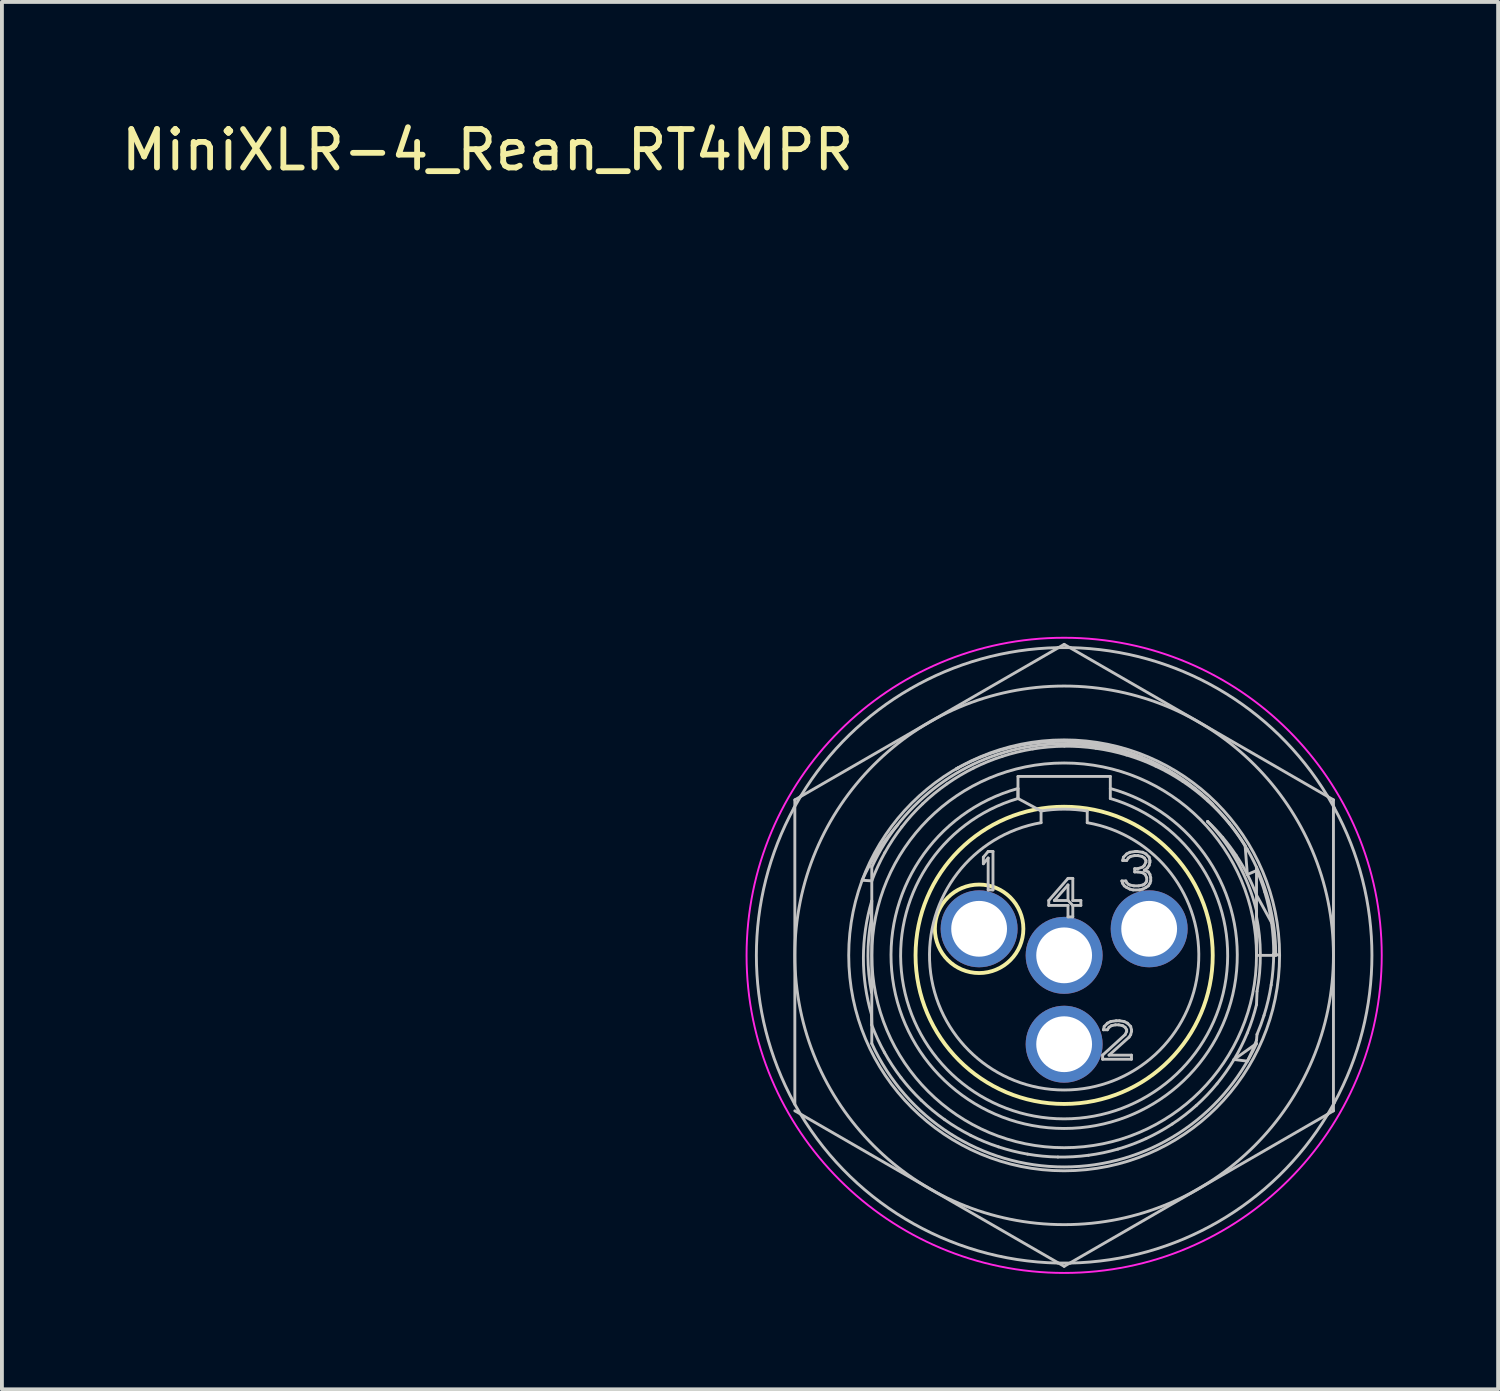
<source format=kicad_pcb>
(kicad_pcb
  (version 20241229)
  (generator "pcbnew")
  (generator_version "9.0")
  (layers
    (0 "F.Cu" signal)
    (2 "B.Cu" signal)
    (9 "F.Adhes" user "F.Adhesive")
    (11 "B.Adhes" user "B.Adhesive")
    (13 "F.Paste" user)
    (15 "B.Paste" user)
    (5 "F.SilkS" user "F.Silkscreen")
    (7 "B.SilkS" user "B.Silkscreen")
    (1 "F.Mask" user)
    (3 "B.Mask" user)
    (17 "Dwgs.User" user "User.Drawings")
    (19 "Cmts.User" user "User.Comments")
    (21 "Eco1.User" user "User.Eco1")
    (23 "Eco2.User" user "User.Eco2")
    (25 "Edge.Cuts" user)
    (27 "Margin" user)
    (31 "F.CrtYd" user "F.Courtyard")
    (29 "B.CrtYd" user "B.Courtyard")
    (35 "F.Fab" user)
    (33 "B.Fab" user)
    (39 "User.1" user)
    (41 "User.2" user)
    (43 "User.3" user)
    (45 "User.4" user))
  (footprint "MiniXLR-4_Rean_RT4MPR"
    (layer "F.Cu")
    (at 24.61 21.782)
    (property "Reference" "MiniXLR-4_Rean_RT4MPR" (at -14.985 -20.933 0) (layer "F.SilkS") (effects (font (size 1 1) (thickness 0.15))))
    (attr through_hole)
    (fp_circle (center -2.21 -0.69) (end -1.06 -0.69) (stroke (width 0.1) (type solid)) (fill no) (layer "F.SilkS"))
    (fp_circle (center 0 0) (end 0.635 -3.81) (stroke (width 0.1) (type solid)) (fill no) (layer "F.SilkS"))
    (fp_line (start -7 -4.041) (end -7 3.873) (stroke (width 0.075) (type default)) (layer "Dwgs.User"))
    (fp_line (start -7 4.041) (end 0.000207 8.083) (stroke (width 0.075) (type default)) (layer "Dwgs.User"))
    (fp_line (start -6.842 -4.145) (end -7.018 -3.84) (stroke (width 0.075) (type default)) (layer "Dwgs.User"))
    (fp_line (start -5.067 -2.326) (end -5.067 -2.326) (stroke (width 0.075) (type default)) (layer "Dwgs.User"))
    (fp_line (start -5.001 -1.415) (end -5.012 -0.94) (stroke (width 0.075) (type default)) (layer "Dwgs.User"))
    (fp_line (start -5 -1.936) (end -5.249 -1.952) (stroke (width 0.075) (type default)) (layer "Dwgs.User"))
    (fp_line (start -5 1.811) (end -5.007 1.542) (stroke (width 0.075) (type default)) (layer "Dwgs.User"))
    (fp_line (start -5 2.291) (end -5 -2.291) (stroke (width 0.075) (type default)) (layer "Dwgs.User"))
    (fp_line (start -2.799 -4.849) (end -2.799 -4.848) (stroke (width 0.075) (type default)) (layer "Dwgs.User"))
    (fp_line (start -2.1 -2.551) (end -2.1 -2.381) (stroke (width 0.075) (type default)) (layer "Dwgs.User"))
    (fp_line (start -2.1 -2.381) (end -1.975 -2.53) (stroke (width 0.075) (type default)) (layer "Dwgs.User"))
    (fp_line (start -1.975 -2.7) (end -2.1 -2.551) (stroke (width 0.075) (type default)) (layer "Dwgs.User"))
    (fp_line (start -1.975 -2.53) (end -1.975 -1.7) (stroke (width 0.075) (type default)) (layer "Dwgs.User"))
    (fp_line (start -1.975 -1.7) (end -1.85 -1.7) (stroke (width 0.075) (type default)) (layer "Dwgs.User"))
    (fp_line (start -1.85 -2.7) (end -1.975 -2.7) (stroke (width 0.075) (type default)) (layer "Dwgs.User"))
    (fp_line (start -1.85 -1.7) (end -1.85 -2.7) (stroke (width 0.075) (type default)) (layer "Dwgs.User"))
    (fp_line (start -1.2 -4.65) (end -1.2 -4.077) (stroke (width 0.075) (type default)) (layer "Dwgs.User"))
    (fp_line (start -1.2 -4.077) (end -1.2 -4.337) (stroke (width 0.075) (type default)) (layer "Dwgs.User"))
    (fp_line (start -0.6 -3.752) (end -1.2 -4.077) (stroke (width 0.075) (type default)) (layer "Dwgs.User"))
    (fp_line (start -0.6 -3.448) (end -0.6 -3.752) (stroke (width 0.075) (type default)) (layer "Dwgs.User"))
    (fp_line (start -0.4 -1.426) (end -0.4 -1.298) (stroke (width 0.075) (type default)) (layer "Dwgs.User"))
    (fp_line (start -0.4 -1.298) (end 0.1 -1.298) (stroke (width 0.075) (type default)) (layer "Dwgs.User"))
    (fp_line (start -0.254 -1.426) (end 0.1 -1.83) (stroke (width 0.075) (type default)) (layer "Dwgs.User"))
    (fp_line (start -0.165 7.998) (end 0.166 7.998) (stroke (width 0.075) (type default)) (layer "Dwgs.User"))
    (fp_line (start 0.000207 -8.083) (end -7 -4.041) (stroke (width 0.075) (type default)) (layer "Dwgs.User"))
    (fp_line (start 0.000207 8.083) (end 7 4.041) (stroke (width 0.075) (type default)) (layer "Dwgs.User"))
    (fp_line (start 0.1 -2) (end -0.4 -1.426) (stroke (width 0.075) (type default)) (layer "Dwgs.User"))
    (fp_line (start 0.1 -1.83) (end 0.1 -1.426) (stroke (width 0.075) (type default)) (layer "Dwgs.User"))
    (fp_line (start 0.1 -1.426) (end -0.254 -1.426) (stroke (width 0.075) (type default)) (layer "Dwgs.User"))
    (fp_line (start 0.1 -1.298) (end 0.1 -1) (stroke (width 0.075) (type default)) (layer "Dwgs.User"))
    (fp_line (start 0.1 -1) (end 0.225 -1) (stroke (width 0.075) (type default)) (layer "Dwgs.User"))
    (fp_line (start 0.166 -7.998) (end -0.165 -7.998) (stroke (width 0.075) (type default)) (layer "Dwgs.User"))
    (fp_line (start 0.225 -2) (end 0.1 -2) (stroke (width 0.075) (type default)) (layer "Dwgs.User"))
    (fp_line (start 0.225 -1.426) (end 0.225 -2) (stroke (width 0.075) (type default)) (layer "Dwgs.User"))
    (fp_line (start 0.225 -1.298) (end 0.1 -1.426) (stroke (width 0.075) (type default)) (layer "Dwgs.User"))
    (fp_line (start 0.225 -1.298) (end 0.434 -1.298) (stroke (width 0.075) (type default)) (layer "Dwgs.User"))
    (fp_line (start 0.225 -1) (end 0.225 -1.298) (stroke (width 0.075) (type default)) (layer "Dwgs.User"))
    (fp_line (start 0.434 -1.426) (end 0.225 -1.426) (stroke (width 0.075) (type default)) (layer "Dwgs.User"))
    (fp_line (start 0.434 -1.298) (end 0.434 -1.426) (stroke (width 0.075) (type default)) (layer "Dwgs.User"))
    (fp_line (start 0.55 0) (end 0.5 0) (stroke (width 0.075) (type default)) (layer "Dwgs.User"))
    (fp_line (start 0.6 -3.752) (end 0.6 -3.448) (stroke (width 0.075) (type default)) (layer "Dwgs.User"))
    (fp_line (start 1 2.594) (end 1 2.7) (stroke (width 0.075) (type default)) (layer "Dwgs.User"))
    (fp_line (start 1 2.7) (end 1.75 2.7) (stroke (width 0.075) (type default)) (layer "Dwgs.User"))
    (fp_line (start 1.021 1.934) (end 1.125 1.934) (stroke (width 0.075) (type default)) (layer "Dwgs.User"))
    (fp_line (start 1.042 1.849) (end 1.021 1.934) (stroke (width 0.075) (type default)) (layer "Dwgs.User"))
    (fp_line (start 1.125 1.764) (end 1.042 1.849) (stroke (width 0.075) (type default)) (layer "Dwgs.User"))
    (fp_line (start 1.125 1.934) (end 1.167 1.87) (stroke (width 0.075) (type default)) (layer "Dwgs.User"))
    (fp_line (start 1.167 1.87) (end 1.229 1.828) (stroke (width 0.075) (type default)) (layer "Dwgs.User"))
    (fp_line (start 1.167 2.594) (end 1.688 2.126) (stroke (width 0.075) (type default)) (layer "Dwgs.User"))
    (fp_line (start 1.2 -4.65) (end -1.2 -4.65) (stroke (width 0.075) (type default)) (layer "Dwgs.User"))
    (fp_line (start 1.2 -4.077) (end 1.2 -4.65) (stroke (width 0.075) (type default)) (layer "Dwgs.User"))
    (fp_line (start 1.209 1.721) (end 1.125 1.764) (stroke (width 0.075) (type default)) (layer "Dwgs.User"))
    (fp_line (start 1.229 1.828) (end 1.334 1.806) (stroke (width 0.075) (type default)) (layer "Dwgs.User"))
    (fp_line (start 1.334 1.806) (end 1.417 1.806) (stroke (width 0.075) (type default)) (layer "Dwgs.User"))
    (fp_line (start 1.354 1.7) (end 1.209 1.721) (stroke (width 0.075) (type default)) (layer "Dwgs.User"))
    (fp_line (start 1.417 1.806) (end 1.521 1.828) (stroke (width 0.075) (type default)) (layer "Dwgs.User"))
    (fp_line (start 1.438 1.7) (end 1.354 1.7) (stroke (width 0.075) (type default)) (layer "Dwgs.User"))
    (fp_line (start 1.5 -1.934) (end 1.521 -1.87) (stroke (width 0.075) (type default)) (layer "Dwgs.User"))
    (fp_line (start 1.521 -2.466) (end 1.625 -2.466) (stroke (width 0.075) (type default)) (layer "Dwgs.User"))
    (fp_line (start 1.521 -1.87) (end 1.563 -1.806) (stroke (width 0.075) (type default)) (layer "Dwgs.User"))
    (fp_line (start 1.521 1.828) (end 1.584 1.87) (stroke (width 0.075) (type default)) (layer "Dwgs.User"))
    (fp_line (start 1.542 -2.551) (end 1.521 -2.466) (stroke (width 0.075) (type default)) (layer "Dwgs.User"))
    (fp_line (start 1.563 -1.806) (end 1.625 -1.764) (stroke (width 0.075) (type default)) (layer "Dwgs.User"))
    (fp_line (start 1.563 1.721) (end 1.438 1.7) (stroke (width 0.075) (type default)) (layer "Dwgs.User"))
    (fp_line (start 1.584 1.87) (end 1.625 1.934) (stroke (width 0.075) (type default)) (layer "Dwgs.User"))
    (fp_line (start 1.584 2.062) (end 1 2.594) (stroke (width 0.075) (type default)) (layer "Dwgs.User"))
    (fp_line (start 1.604 -1.934) (end 1.5 -1.934) (stroke (width 0.075) (type default)) (layer "Dwgs.User"))
    (fp_line (start 1.625 -2.636) (end 1.542 -2.551) (stroke (width 0.075) (type default)) (layer "Dwgs.User"))
    (fp_line (start 1.625 -2.466) (end 1.667 -2.53) (stroke (width 0.075) (type default)) (layer "Dwgs.User"))
    (fp_line (start 1.625 -1.891) (end 1.604 -1.934) (stroke (width 0.075) (type default)) (layer "Dwgs.User"))
    (fp_line (start 1.625 -1.764) (end 1.709 -1.721) (stroke (width 0.075) (type default)) (layer "Dwgs.User"))
    (fp_line (start 1.625 1.934) (end 1.625 1.977) (stroke (width 0.075) (type default)) (layer "Dwgs.User"))
    (fp_line (start 1.625 1.977) (end 1.584 2.062) (stroke (width 0.075) (type default)) (layer "Dwgs.User"))
    (fp_line (start 1.646 1.764) (end 1.563 1.721) (stroke (width 0.075) (type default)) (layer "Dwgs.User"))
    (fp_line (start 1.667 -2.53) (end 1.729 -2.572) (stroke (width 0.075) (type default)) (layer "Dwgs.User"))
    (fp_line (start 1.667 -1.849) (end 1.625 -1.891) (stroke (width 0.075) (type default)) (layer "Dwgs.User"))
    (fp_line (start 1.688 2.126) (end 1.729 2.062) (stroke (width 0.075) (type default)) (layer "Dwgs.User"))
    (fp_line (start 1.709 -2.679) (end 1.625 -2.636) (stroke (width 0.075) (type default)) (layer "Dwgs.User"))
    (fp_line (start 1.709 -1.828) (end 1.667 -1.849) (stroke (width 0.075) (type default)) (layer "Dwgs.User"))
    (fp_line (start 1.709 -1.721) (end 1.792 -1.7) (stroke (width 0.075) (type default)) (layer "Dwgs.User"))
    (fp_line (start 1.729 -2.572) (end 1.834 -2.594) (stroke (width 0.075) (type default)) (layer "Dwgs.User"))
    (fp_line (start 1.729 1.849) (end 1.646 1.764) (stroke (width 0.075) (type default)) (layer "Dwgs.User"))
    (fp_line (start 1.729 2.062) (end 1.75 1.977) (stroke (width 0.075) (type default)) (layer "Dwgs.User"))
    (fp_line (start 1.75 1.934) (end 1.729 1.849) (stroke (width 0.075) (type default)) (layer "Dwgs.User"))
    (fp_line (start 1.75 1.977) (end 1.75 1.934) (stroke (width 0.075) (type default)) (layer "Dwgs.User"))
    (fp_line (start 1.75 2.594) (end 1.167 2.594) (stroke (width 0.075) (type default)) (layer "Dwgs.User"))
    (fp_line (start 1.75 2.7) (end 1.75 2.594) (stroke (width 0.075) (type default)) (layer "Dwgs.User"))
    (fp_line (start 1.792 -1.7) (end 1.959 -1.7) (stroke (width 0.075) (type default)) (layer "Dwgs.User"))
    (fp_line (start 1.813 -1.806) (end 1.709 -1.828) (stroke (width 0.075) (type default)) (layer "Dwgs.User"))
    (fp_line (start 1.834 -2.594) (end 1.917 -2.594) (stroke (width 0.075) (type default)) (layer "Dwgs.User"))
    (fp_line (start 1.834 -2.253) (end 1.834 -2.168) (stroke (width 0.075) (type default)) (layer "Dwgs.User"))
    (fp_line (start 1.834 -2.168) (end 1.917 -2.168) (stroke (width 0.075) (type default)) (layer "Dwgs.User"))
    (fp_line (start 1.854 -2.7) (end 1.709 -2.679) (stroke (width 0.075) (type default)) (layer "Dwgs.User"))
    (fp_line (start 1.896 -2.7) (end 1.854 -2.7) (stroke (width 0.075) (type default)) (layer "Dwgs.User"))
    (fp_line (start 1.917 -2.594) (end 2.021 -2.572) (stroke (width 0.075) (type default)) (layer "Dwgs.User"))
    (fp_line (start 1.917 -2.253) (end 1.834 -2.253) (stroke (width 0.075) (type default)) (layer "Dwgs.User"))
    (fp_line (start 1.917 -2.168) (end 2.042 -2.147) (stroke (width 0.075) (type default)) (layer "Dwgs.User"))
    (fp_line (start 1.938 -1.806) (end 1.813 -1.806) (stroke (width 0.075) (type default)) (layer "Dwgs.User"))
    (fp_line (start 1.959 -1.7) (end 2.042 -1.721) (stroke (width 0.075) (type default)) (layer "Dwgs.User"))
    (fp_line (start 2.021 -2.572) (end 2.084 -2.53) (stroke (width 0.075) (type default)) (layer "Dwgs.User"))
    (fp_line (start 2.042 -2.679) (end 1.896 -2.7) (stroke (width 0.075) (type default)) (layer "Dwgs.User"))
    (fp_line (start 2.042 -2.296) (end 1.917 -2.253) (stroke (width 0.075) (type default)) (layer "Dwgs.User"))
    (fp_line (start 2.042 -2.147) (end 2.104 -2.104) (stroke (width 0.075) (type default)) (layer "Dwgs.User"))
    (fp_line (start 2.042 -1.828) (end 1.938 -1.806) (stroke (width 0.075) (type default)) (layer "Dwgs.User"))
    (fp_line (start 2.042 -1.721) (end 2.125 -1.764) (stroke (width 0.075) (type default)) (layer "Dwgs.User"))
    (fp_line (start 2.084 -2.53) (end 2.125 -2.466) (stroke (width 0.075) (type default)) (layer "Dwgs.User"))
    (fp_line (start 2.084 -2.338) (end 2.042 -2.296) (stroke (width 0.075) (type default)) (layer "Dwgs.User"))
    (fp_line (start 2.084 -2.211) (end 2.167 -2.274) (stroke (width 0.075) (type default)) (layer "Dwgs.User"))
    (fp_line (start 2.084 -1.849) (end 2.042 -1.828) (stroke (width 0.075) (type default)) (layer "Dwgs.User"))
    (fp_line (start 2.104 -2.104) (end 2.146 -2.019) (stroke (width 0.075) (type default)) (layer "Dwgs.User"))
    (fp_line (start 2.125 -2.636) (end 2.042 -2.679) (stroke (width 0.075) (type default)) (layer "Dwgs.User"))
    (fp_line (start 2.125 -2.466) (end 2.125 -2.423) (stroke (width 0.075) (type default)) (layer "Dwgs.User"))
    (fp_line (start 2.125 -2.423) (end 2.084 -2.338) (stroke (width 0.075) (type default)) (layer "Dwgs.User"))
    (fp_line (start 2.125 -1.891) (end 2.084 -1.849) (stroke (width 0.075) (type default)) (layer "Dwgs.User"))
    (fp_line (start 2.125 -1.764) (end 2.188 -1.806) (stroke (width 0.075) (type default)) (layer "Dwgs.User"))
    (fp_line (start 2.146 -2.019) (end 2.146 -1.934) (stroke (width 0.075) (type default)) (layer "Dwgs.User"))
    (fp_line (start 2.146 -1.934) (end 2.125 -1.891) (stroke (width 0.075) (type default)) (layer "Dwgs.User"))
    (fp_line (start 2.167 -2.274) (end 2.209 -2.338) (stroke (width 0.075) (type default)) (layer "Dwgs.User"))
    (fp_line (start 2.188 -2.168) (end 2.084 -2.211) (stroke (width 0.075) (type default)) (layer "Dwgs.User"))
    (fp_line (start 2.188 -1.806) (end 2.229 -1.87) (stroke (width 0.075) (type default)) (layer "Dwgs.User"))
    (fp_line (start 2.209 -2.551) (end 2.125 -2.636) (stroke (width 0.075) (type default)) (layer "Dwgs.User"))
    (fp_line (start 2.209 -2.338) (end 2.229 -2.423) (stroke (width 0.075) (type default)) (layer "Dwgs.User"))
    (fp_line (start 2.229 -2.466) (end 2.209 -2.551) (stroke (width 0.075) (type default)) (layer "Dwgs.User"))
    (fp_line (start 2.229 -2.423) (end 2.229 -2.466) (stroke (width 0.075) (type default)) (layer "Dwgs.User"))
    (fp_line (start 2.229 -2.104) (end 2.188 -2.168) (stroke (width 0.075) (type default)) (layer "Dwgs.User"))
    (fp_line (start 2.229 -1.87) (end 2.25 -1.934) (stroke (width 0.075) (type default)) (layer "Dwgs.User"))
    (fp_line (start 2.25 -2.019) (end 2.229 -2.104) (stroke (width 0.075) (type default)) (layer "Dwgs.User"))
    (fp_line (start 2.25 -1.934) (end 2.25 -2.019) (stroke (width 0.075) (type default)) (layer "Dwgs.User"))
    (fp_line (start 3.412 -4.329) (end 3.574 -4.192) (stroke (width 0.075) (type default)) (layer "Dwgs.User"))
    (fp_line (start 3.718 -4.062) (end 3.718 -4.062) (stroke (width 0.075) (type default)) (layer "Dwgs.User"))
    (fp_line (start 3.729 -3.479) (end 3.729 -3.479) (stroke (width 0.075) (type default)) (layer "Dwgs.User"))
    (fp_line (start 4.289 -3.443) (end 4.349 -3.367) (stroke (width 0.075) (type default)) (layer "Dwgs.User"))
    (fp_line (start 4.416 2.707) (end 5 2.291) (stroke (width 0.075) (type default)) (layer "Dwgs.User"))
    (fp_line (start 4.704 -2.85) (end 4.762 -2.101) (stroke (width 0.075) (type default)) (layer "Dwgs.User"))
    (fp_line (start 4.763 2.75) (end 4.416 2.707) (stroke (width 0.075) (type default)) (layer "Dwgs.User"))
    (fp_line (start 5 -1.157) (end 5 -1.005) (stroke (width 0.075) (type default)) (layer "Dwgs.User"))
    (fp_line (start 5 -1.568) (end 5.391 -0.853) (stroke (width 0.075) (type default)) (layer "Dwgs.User"))
    (fp_line (start 5 0.001) (end 5 0) (stroke (width 0.075) (type default)) (layer "Dwgs.User"))
    (fp_line (start 5 0.001) (end 5 -2.291) (stroke (width 0.075) (type default)) (layer "Dwgs.User"))
    (fp_line (start 5.011 -2.208) (end 4.762 -2.101) (stroke (width 0.075) (type default)) (layer "Dwgs.User"))
    (fp_line (start 5.013 2.055) (end 5 2.209) (stroke (width 0.075) (type default)) (layer "Dwgs.User"))
    (fp_line (start 5.014 0.935) (end 5 1.281) (stroke (width 0.075) (type default)) (layer "Dwgs.User"))
    (fp_line (start 5.447 -0.039) (end 5.6 0) (stroke (width 0.075) (type default)) (layer "Dwgs.User"))
    (fp_line (start 5.5 0.001) (end 5 0.001) (stroke (width 0.075) (type default)) (layer "Dwgs.User"))
    (fp_line (start 6.843 4.145) (end 7.018 3.84) (stroke (width 0.075) (type default)) (layer "Dwgs.User"))
    (fp_line (start 7 -4.041) (end 0.000207 -8.083) (stroke (width 0.075) (type default)) (layer "Dwgs.User"))
    (fp_line (start 7 4.041) (end 7 -4.041) (stroke (width 0.075) (type default)) (layer "Dwgs.User"))
    (fp_line (start 7.018 -3.84) (end 6.843 -4.145) (stroke (width 0.075) (type default)) (layer "Dwgs.User"))
    (fp_arc (start -7.017671 3.840494) (mid -7.9998 0) (end -7.017671 -3.840493) (stroke (width 0.075) (type default)) (layer "Dwgs.User"))
    (fp_arc (start -6.842306 -4.144878) (mid -3.998498 -6.928943) (end -0.16512 -7.998291) (stroke (width 0.075) (type default)) (layer "Dwgs.User"))
    (fp_arc (start -5.248573 -1.952003) (mid -5.161057 -2.140904) (end -5.066553 -2.326408) (stroke (width 0.075) (type default)) (layer "Dwgs.User"))
    (fp_arc (start -5.06652 -2.326391) (mid -4.727358 -2.88166) (end -4.325178 -3.393136) (stroke (width 0.075) (type default)) (layer "Dwgs.User"))
    (fp_arc (start -5.007221 0.9673) (mid -5.099776 0.013871) (end -5.012408 -0.940048) (stroke (width 0.075) (type default)) (layer "Dwgs.User"))
    (fp_arc (start -5.006761 1.54218) (mid -5.217651 0.063295) (end -5.000883 -1.414742) (stroke (width 0.075) (type default)) (layer "Dwgs.User"))
    (fp_arc (start -4.999793 -2.291287) (mid -0.676658 -5.458177) (end 4.289091 -3.443177) (stroke (width 0.075) (type default)) (layer "Dwgs.User"))
    (fp_arc (start -2.799412 -4.849082) (mid -2.778632 -4.860662) (end -2.757802 -4.872151) (stroke (width 0.075) (type default)) (layer "Dwgs.User"))
    (fp_arc (start -2.799031 -4.848422) (mid -2.778429 -4.860261) (end -2.757779 -4.872017) (stroke (width 0.075) (type default)) (layer "Dwgs.User"))
    (fp_arc (start -0.599793 -3.752332) (mid 0.000207 -3.8) (end 0.600207 -3.752332) (stroke (width 0.075) (type default)) (layer "Dwgs.User"))
    (fp_arc (start -0.16512 7.998292) (mid -3.998508 6.92896) (end -6.999793 3.872925) (stroke (width 0.075) (type default)) (layer "Dwgs.User"))
    (fp_arc (start 0.165533 -7.998291) (mid 3.998904 -6.92894) (end 6.842719 -4.144878) (stroke (width 0.075) (type default)) (layer "Dwgs.User"))
    (fp_arc (start 0.600207 -3.448187) (mid 0.000207 3.5) (end -0.599793 -3.448195) (stroke (width 0.075) (type default)) (layer "Dwgs.User"))
    (fp_arc (start 1.200205 -4.337045) (mid 0.000207 4.499995) (end -1.199792 -4.337045) (stroke (width 0.075) (type default)) (layer "Dwgs.User"))
    (fp_arc (start 1.200207 -4.07707) (mid 0.000207 4.25) (end -1.199793 -4.07707) (stroke (width 0.075) (type default)) (layer "Dwgs.User"))
    (fp_arc (start 3.573987 -4.192491) (mid 3.646743 -4.127646) (end 3.718343 -4.061521) (stroke (width 0.075) (type default)) (layer "Dwgs.User"))
    (fp_arc (start 3.718346 -4.061519) (mid 3.792659 -3.990341) (end 3.86563 -3.917788) (stroke (width 0.075) (type default)) (layer "Dwgs.User"))
    (fp_arc (start 3.729335 -3.479063) (mid 4.517527 -2.401715) (end 5.000179 -1.157136) (stroke (width 0.075) (type default)) (layer "Dwgs.User"))
    (fp_arc (start 4.348855 -3.367381) (mid 4.533996 -3.113647) (end 4.704344 -2.849753) (stroke (width 0.075) (type default)) (layer "Dwgs.User"))
    (fp_arc (start 4.763452 -2.749817) (mid 4.887209 -2.52333) (end 5.500352 0.000593) (stroke (width 0.075) (type default)) (layer "Dwgs.User"))
    (fp_arc (start 5.000184 -1.005097) (mid 5.10008 -0.035584) (end 5.013723 0.935228) (stroke (width 0.075) (type default)) (layer "Dwgs.User"))
    (fp_arc (start 5.000207 2.208966) (mid 4.889028 2.482773) (end 4.763241 2.750183) (stroke (width 0.075) (type default)) (layer "Dwgs.User"))
    (fp_arc (start 5.000207 2.291288) (mid 0.000207 5.5) (end -4.999793 2.291388) (stroke (width 0.075) (type default)) (layer "Dwgs.User"))
    (fp_arc (start 6.842719 4.144879) (mid 3.998914 6.928956) (end 0.165533 7.998292) (stroke (width 0.075) (type default)) (layer "Dwgs.User"))
    (fp_arc (start 7.018084 -3.840493) (mid 8.0002 0) (end 7.018084 3.840494) (stroke (width 0.075) (type default)) (layer "Dwgs.User"))
    (fp_circle (center -2.21 -0.69) (end -1.816 -0.69) (stroke (width 0.05) (type default)) (fill no) (layer "Dwgs.User"))
    (fp_circle (center -2.21 -0.69) (end -1.71 -0.69) (stroke (width 0.05) (type default)) (fill no) (layer "Dwgs.User"))
    (fp_circle (center -2.21 -0.69) (end -1.66 -0.69) (stroke (width 0.05) (type default)) (fill no) (layer "Dwgs.User"))
    (fp_circle (center 0.000207 0) (end 0.394 0) (stroke (width 0.05) (type default)) (fill no) (layer "Dwgs.User"))
    (fp_circle (center 0.000207 0) (end 0.5 0) (stroke (width 0.05) (type default)) (fill no) (layer "Dwgs.User"))
    (fp_circle (center 0.000207 0) (end 0.55 0) (stroke (width 0.075) (type default)) (fill no) (layer "Dwgs.User"))
    (fp_circle (center 0.000207 0) (end 5 0) (stroke (width 0.075) (type default)) (fill no) (layer "Dwgs.User"))
    (fp_circle (center 0.000207 0) (end 5.6 0) (stroke (width 0.075) (type default)) (fill no) (layer "Dwgs.User"))
    (fp_circle (center 0.000207 0) (end 7 0) (stroke (width 0.075) (type default)) (fill no) (layer "Dwgs.User"))
    (fp_circle (center 0.000207 2.31) (end 0.394 2.31) (stroke (width 0.05) (type default)) (fill no) (layer "Dwgs.User"))
    (fp_circle (center 0.000207 2.31) (end 0.5 2.31) (stroke (width 0.05) (type default)) (fill no) (layer "Dwgs.User"))
    (fp_circle (center 0.000207 2.31) (end 0.55 2.31) (stroke (width 0.05) (type default)) (fill no) (layer "Dwgs.User"))
    (fp_circle (center 2.21 -0.69) (end 2.604 -0.69) (stroke (width 0.05) (type default)) (fill no) (layer "Dwgs.User"))
    (fp_circle (center 2.21 -0.69) (end 2.71 -0.69) (stroke (width 0.05) (type default)) (fill no) (layer "Dwgs.User"))
    (fp_circle (center 2.21 -0.69) (end 2.76 -0.69) (stroke (width 0.05) (type default)) (fill no) (layer "Dwgs.User"))
    (fp_curve (pts (xy -5 1.811) (xy -4.908 2.056) (xy -4.798 2.294) (xy -4.671 2.523)) (stroke (width 0.075) (type default)) (layer "Dwgs.User"))
    (fp_curve (pts (xy -4.671 2.523) (xy -4.544 2.752) (xy -4.4 2.971) (xy -4.241 3.178)) (stroke (width 0.075) (type default)) (layer "Dwgs.User"))
    (fp_curve (pts (xy -4.663 -2.666) (xy -4.793 -2.432) (xy -4.906 -2.187) (xy -5 -1.936)) (stroke (width 0.075) (type default)) (layer "Dwgs.User"))
    (fp_curve (pts (xy -4.241 3.178) (xy -4.081 3.386) (xy -3.905 3.583) (xy -3.716 3.765)) (stroke (width 0.075) (type default)) (layer "Dwgs.User"))
    (fp_curve (pts (xy -4.219 -3.338) (xy -4.383 -3.126) (xy -4.532 -2.901) (xy -4.663 -2.666)) (stroke (width 0.075) (type default)) (layer "Dwgs.User"))
    (fp_curve (pts (xy -3.716 3.765) (xy -3.526 3.949) (xy -3.322 4.118) (xy -3.106 4.271)) (stroke (width 0.075) (type default)) (layer "Dwgs.User"))
    (fp_curve (pts (xy -3.677 -3.94) (xy -3.873 -3.753) (xy -4.054 -3.552) (xy -4.219 -3.338)) (stroke (width 0.075) (type default)) (layer "Dwgs.User"))
    (fp_curve (pts (xy -3.106 4.271) (xy -2.891 4.424) (xy -2.665 4.56) (xy -2.429 4.679)) (stroke (width 0.075) (type default)) (layer "Dwgs.User"))
    (fp_curve (pts (xy -3.049 -4.455) (xy -3.271 -4.299) (xy -3.481 -4.127) (xy -3.677 -3.94)) (stroke (width 0.075) (type default)) (layer "Dwgs.User"))
    (fp_curve (pts (xy -2.758 -4.872) (xy -2.529 -4.998) (xy -2.291 -5.107) (xy -2.046 -5.199)) (stroke (width 0.075) (type default)) (layer "Dwgs.User"))
    (fp_curve (pts (xy -2.429 4.679) (xy -2.197 4.796) (xy -1.957 4.896) (xy -1.71 4.977)) (stroke (width 0.075) (type default)) (layer "Dwgs.User"))
    (fp_curve (pts (xy -2.355 -4.868) (xy -2.596 -4.748) (xy -2.828 -4.61) (xy -3.049 -4.455)) (stroke (width 0.075) (type default)) (layer "Dwgs.User"))
    (fp_curve (pts (xy -2.046 -5.199) (xy -1.787 -5.297) (xy -1.521 -5.376) (xy -1.251 -5.435)) (stroke (width 0.075) (type default)) (layer "Dwgs.User"))
    (fp_curve (pts (xy -1.71 4.977) (xy -1.462 5.059) (xy -1.208 5.123) (xy -0.95 5.167)) (stroke (width 0.075) (type default)) (layer "Dwgs.User"))
    (fp_curve (pts (xy -1.607 -5.173) (xy -1.863 -5.091) (xy -2.113 -4.989) (xy -2.355 -4.868)) (stroke (width 0.075) (type default)) (layer "Dwgs.User"))
    (fp_curve (pts (xy -1.251 -5.435) (xy -0.981 -5.493) (xy -0.707 -5.531) (xy -0.431 -5.549)) (stroke (width 0.075) (type default)) (layer "Dwgs.User"))
    (fp_curve (pts (xy -0.95 5.167) (xy -0.69 5.212) (xy -0.426 5.237) (xy -0.162 5.242)) (stroke (width 0.075) (type default)) (layer "Dwgs.User"))
    (fp_curve (pts (xy -0.815 -5.365) (xy -1.083 -5.321) (xy -1.348 -5.257) (xy -1.607 -5.173)) (stroke (width 0.075) (type default)) (layer "Dwgs.User"))
    (fp_curve (pts (xy -0.431 -5.549) (xy -0.156 -5.567) (xy 0.121 -5.564) (xy 0.396 -5.541)) (stroke (width 0.075) (type default)) (layer "Dwgs.User"))
    (fp_curve (pts (xy -0.162 5.242) (xy 0.103 5.247) (xy 0.368 5.232) (xy 0.63 5.197)) (stroke (width 0.075) (type default)) (layer "Dwgs.User"))
    (fp_curve (pts (xy 0.005 -5.436) (xy -0.27 -5.433) (xy -0.544 -5.409) (xy -0.815 -5.365)) (stroke (width 0.075) (type default)) (layer "Dwgs.User"))
    (fp_curve (pts (xy 0.396 -5.541) (xy 0.671 -5.518) (xy 0.943 -5.474) (xy 1.211 -5.411)) (stroke (width 0.075) (type default)) (layer "Dwgs.User"))
    (fp_curve (pts (xy 0.63 5.197) (xy 0.889 5.163) (xy 1.146 5.109) (xy 1.397 5.036)) (stroke (width 0.075) (type default)) (layer "Dwgs.User"))
    (fp_curve (pts (xy 0.824 -5.382) (xy 0.553 -5.421) (xy 0.279 -5.439) (xy 0.005 -5.436)) (stroke (width 0.075) (type default)) (layer "Dwgs.User"))
    (fp_curve (pts (xy 1.211 -5.411) (xy 1.479 -5.347) (xy 1.742 -5.263) (xy 1.997 -5.161)) (stroke (width 0.075) (type default)) (layer "Dwgs.User"))
    (fp_curve (pts (xy 1.397 5.036) (xy 1.646 4.964) (xy 1.889 4.873) (xy 2.125 4.765)) (stroke (width 0.075) (type default)) (layer "Dwgs.User"))
    (fp_curve (pts (xy 1.619 -5.208) (xy 1.359 -5.286) (xy 1.093 -5.344) (xy 0.824 -5.382)) (stroke (width 0.075) (type default)) (layer "Dwgs.User"))
    (fp_curve (pts (xy 1.997 -5.161) (xy 2.252 -5.058) (xy 2.499 -4.937) (xy 2.735 -4.798)) (stroke (width 0.075) (type default)) (layer "Dwgs.User"))
    (fp_curve (pts (xy 2.125 4.765) (xy 2.362 4.655) (xy 2.592 4.528) (xy 2.81 4.384)) (stroke (width 0.075) (type default)) (layer "Dwgs.User"))
    (fp_curve (pts (xy 2.379 -4.918) (xy 2.134 -5.034) (xy 1.879 -5.131) (xy 1.619 -5.208)) (stroke (width 0.075) (type default)) (layer "Dwgs.User"))
    (fp_curve (pts (xy 2.735 -4.798) (xy 2.972 -4.659) (xy 3.198 -4.502) (xy 3.412 -4.329)) (stroke (width 0.075) (type default)) (layer "Dwgs.User"))
    (fp_curve (pts (xy 2.81 4.384) (xy 3.03 4.24) (xy 3.238 4.079) (xy 3.434 3.903)) (stroke (width 0.075) (type default)) (layer "Dwgs.User"))
    (fp_curve (pts (xy 3.09 -4.517) (xy 2.864 -4.668) (xy 2.626 -4.802) (xy 2.379 -4.918)) (stroke (width 0.075) (type default)) (layer "Dwgs.User"))
    (fp_curve (pts (xy 3.434 3.903) (xy 3.627 3.729) (xy 3.808 3.54) (xy 3.973 3.338)) (stroke (width 0.075) (type default)) (layer "Dwgs.User"))
    (fp_curve (pts (xy 3.729 -3.479) (xy 3.868 -3.348) (xy 3.999 -3.209) (xy 4.122 -3.063)) (stroke (width 0.075) (type default)) (layer "Dwgs.User"))
    (fp_curve (pts (xy 3.733 -4.015) (xy 3.531 -4.198) (xy 3.316 -4.366) (xy 3.09 -4.517)) (stroke (width 0.075) (type default)) (layer "Dwgs.User"))
    (fp_curve (pts (xy 3.973 3.338) (xy 4.136 3.139) (xy 4.285 2.928) (xy 4.416 2.707)) (stroke (width 0.075) (type default)) (layer "Dwgs.User"))
    (fp_curve (pts (xy 4.122 -3.063) (xy 4.246 -2.916) (xy 4.361 -2.762) (xy 4.468 -2.602)) (stroke (width 0.075) (type default)) (layer "Dwgs.User"))
    (fp_curve (pts (xy 4.296 -3.42) (xy 4.123 -3.632) (xy 3.935 -3.831) (xy 3.733 -4.015)) (stroke (width 0.075) (type default)) (layer "Dwgs.User"))
    (fp_curve (pts (xy 4.416 2.707) (xy 4.548 2.487) (xy 4.663 2.256) (xy 4.761 2.019)) (stroke (width 0.075) (type default)) (layer "Dwgs.User"))
    (fp_curve (pts (xy 4.468 -2.602) (xy 4.575 -2.441) (xy 4.674 -2.274) (xy 4.762 -2.101)) (stroke (width 0.075) (type default)) (layer "Dwgs.User"))
    (fp_curve (pts (xy 4.761 2.019) (xy 4.859 1.779) (xy 4.939 1.532) (xy 5 1.281)) (stroke (width 0.075) (type default)) (layer "Dwgs.User"))
    (fp_curve (pts (xy 4.762 -2.101) (xy 4.852 -1.928) (xy 4.931 -1.75) (xy 5 -1.568)) (stroke (width 0.075) (type default)) (layer "Dwgs.User"))
    (fp_curve (pts (xy 4.763 -2.75) (xy 4.625 -2.984) (xy 4.468 -3.209) (xy 4.296 -3.42)) (stroke (width 0.075) (type default)) (layer "Dwgs.User"))
    (fp_curve (pts (xy 5.011 -2.208) (xy 5.089 -2.026) (xy 5.157 -1.839) (xy 5.214 -1.649)) (stroke (width 0.075) (type default)) (layer "Dwgs.User"))
    (fp_curve (pts (xy 5.195 1.562) (xy 5.142 1.729) (xy 5.082 1.894) (xy 5.013 2.055)) (stroke (width 0.075) (type default)) (layer "Dwgs.User"))
    (fp_curve (pts (xy 5.214 -1.649) (xy 5.293 -1.388) (xy 5.352 -1.122) (xy 5.391 -0.853)) (stroke (width 0.075) (type default)) (layer "Dwgs.User"))
    (fp_curve (pts (xy 5.381 0.77) (xy 5.339 1.039) (xy 5.277 1.303) (xy 5.195 1.562)) (stroke (width 0.075) (type default)) (layer "Dwgs.User"))
    (fp_curve (pts (xy 5.391 -0.853) (xy 5.43 -0.584) (xy 5.448 -0.312) (xy 5.447 -0.039)) (stroke (width 0.075) (type default)) (layer "Dwgs.User"))
    (fp_curve (pts (xy 5.447 -0.039) (xy 5.445 0.232) (xy 5.423 0.503) (xy 5.381 0.77)) (stroke (width 0.075) (type default)) (layer "Dwgs.User"))
    (fp_circle (center 0 0) (end 0 -8.255) (stroke (width 0.05) (type default)) (fill no) (layer "F.CrtYd"))
    (fp_text user "Front view" (at -4.445 -8.89 0) (unlocked yes) (layer "User.1") (effects (font (size 1 1) (thickness 0.15)) (justify left bottom)))
    (pad "1" thru_hole circle (at -2.21 -0.69 180) (size 2 2) (drill 1.45) (layers "*.Cu" "*.Mask"))
    (pad "2" thru_hole circle (at 0 2.31 180) (size 2 2) (drill 1.45) (layers "*.Cu" "*.Mask"))
    (pad "3" thru_hole circle (at 2.21 -0.69 180) (size 2 2) (drill 1.45) (layers "*.Cu" "*.Mask"))
    (pad "4" thru_hole circle (at 0 0 180) (size 2 2) (drill 1.45) (layers "*.Cu" "*.Mask")))
  (gr_rect
    (start -3 -3)
    (end 35.89 33.062)
    (stroke (width 0.1) (type default))
    (fill no)
    (layer "Edge.Cuts")))
</source>
